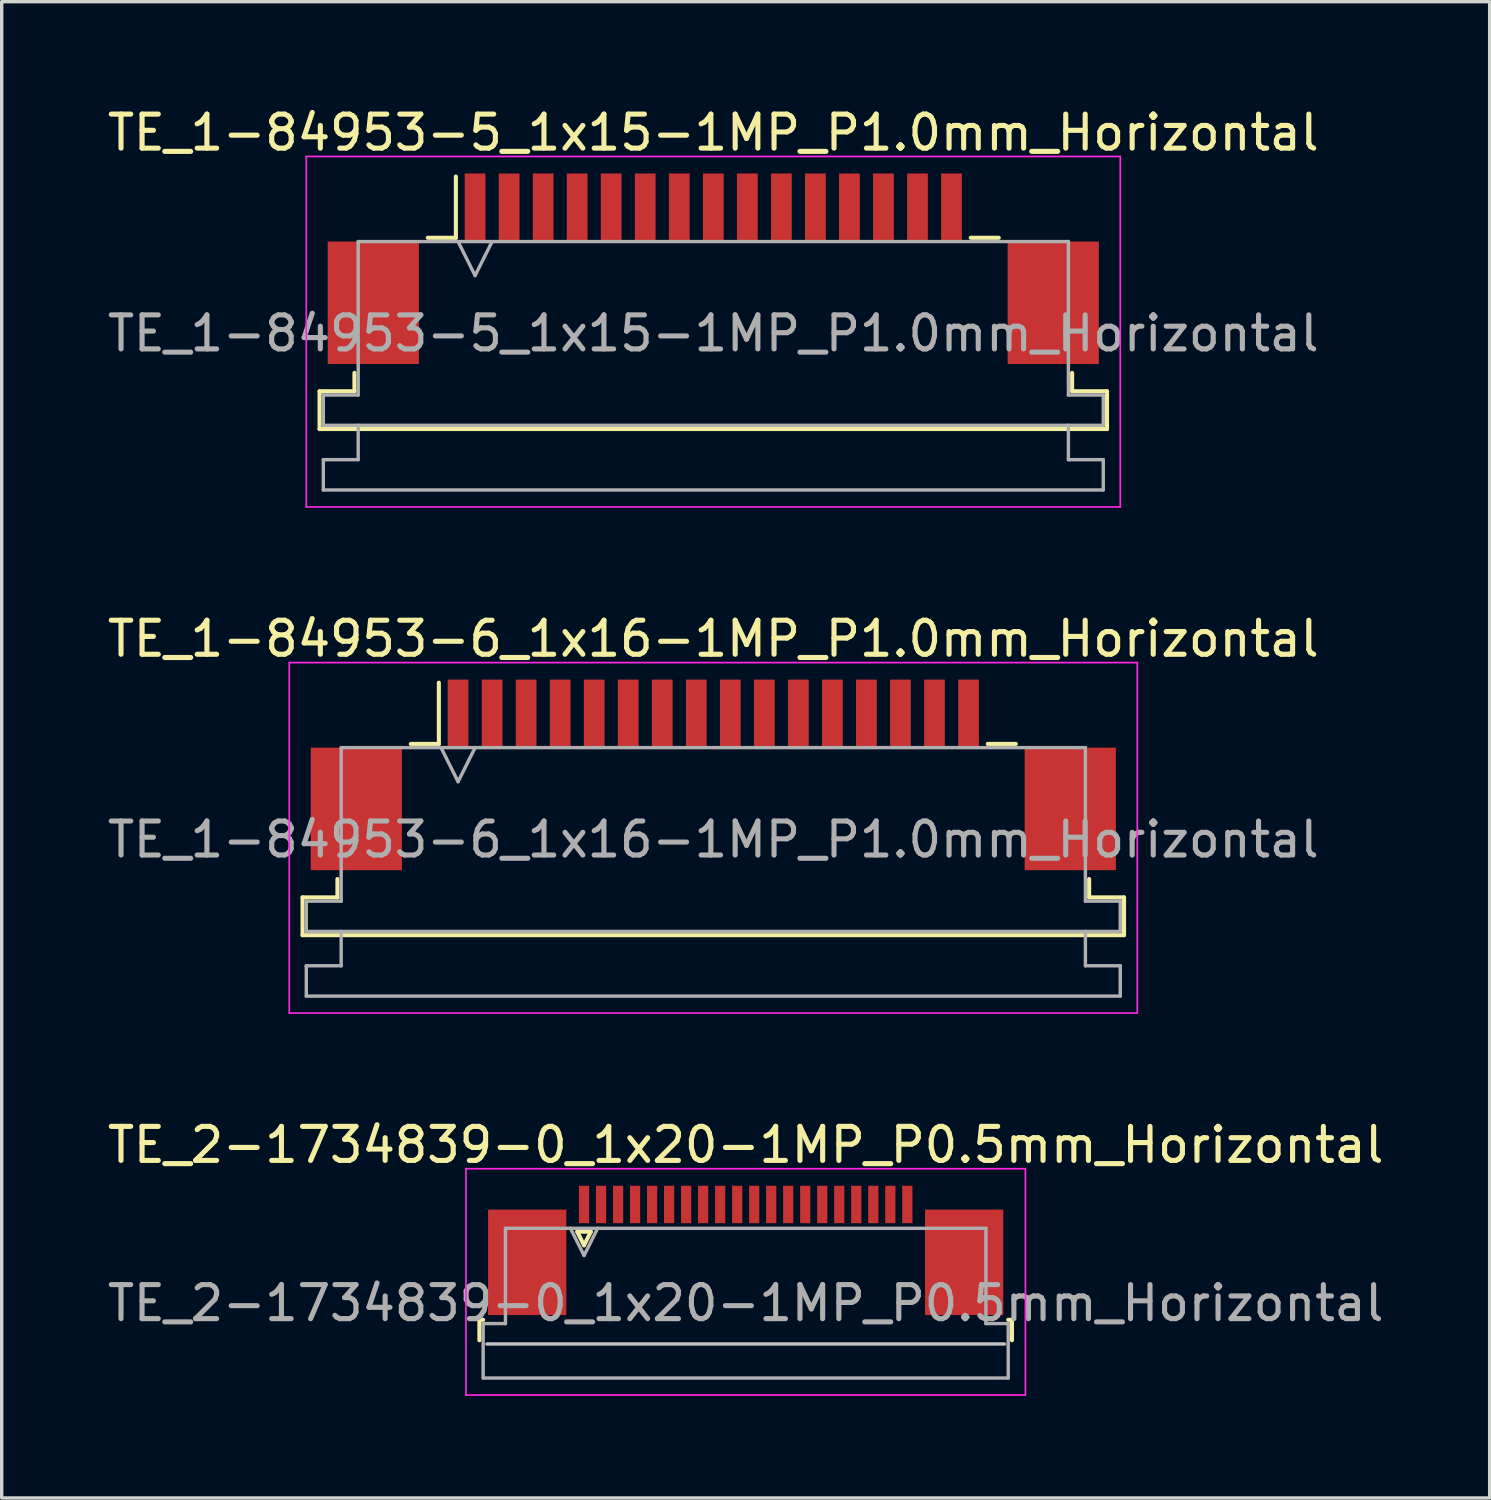
<source format=kicad_pcb>
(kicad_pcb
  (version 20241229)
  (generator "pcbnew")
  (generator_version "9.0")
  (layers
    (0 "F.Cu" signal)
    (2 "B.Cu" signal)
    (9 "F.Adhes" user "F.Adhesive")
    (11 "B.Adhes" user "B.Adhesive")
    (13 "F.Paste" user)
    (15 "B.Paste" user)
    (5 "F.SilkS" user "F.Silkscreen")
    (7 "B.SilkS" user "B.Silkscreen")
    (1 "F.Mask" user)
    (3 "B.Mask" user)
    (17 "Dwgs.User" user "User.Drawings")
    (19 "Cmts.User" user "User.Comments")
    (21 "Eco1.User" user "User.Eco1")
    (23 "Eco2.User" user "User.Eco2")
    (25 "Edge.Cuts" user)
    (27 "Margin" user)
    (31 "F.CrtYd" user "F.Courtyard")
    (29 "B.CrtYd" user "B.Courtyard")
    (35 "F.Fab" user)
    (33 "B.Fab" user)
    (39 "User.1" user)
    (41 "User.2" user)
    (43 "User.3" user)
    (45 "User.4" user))
  (footprint "TE_1-84953-5_1x15-1MP_P1.0mm_Horizontal"
    (layer "F.Cu")
    (at 17.911 4.848)
    (property "Reference" "TE_1-84953-5_1x15-1MP_P1.0mm_Horizontal" (at 0 -4 0) (layer "F.SilkS") (effects (font (size 1 1) (thickness 0.15))))
    (attr smd)
    (fp_line (start -11.57 3.6) (end -10.545 3.6) (stroke (width 0.12) (type solid)) (layer "F.SilkS"))
    (fp_line (start -11.57 4.71) (end -11.57 3.6) (stroke (width 0.12) (type solid)) (layer "F.SilkS"))
    (fp_line (start -10.545 3.6) (end -10.545 3.06) (stroke (width 0.12) (type solid)) (layer "F.SilkS"))
    (fp_line (start -8.39 -0.91) (end -7.565 -0.91) (stroke (width 0.12) (type solid)) (layer "F.SilkS"))
    (fp_line (start -7.565 -0.91) (end -7.565 -2.71) (stroke (width 0.12) (type solid)) (layer "F.SilkS"))
    (fp_line (start 7.565 -0.91) (end 8.39 -0.91) (stroke (width 0.12) (type solid)) (layer "F.SilkS"))
    (fp_line (start 10.545 3.06) (end 10.545 3.6) (stroke (width 0.12) (type solid)) (layer "F.SilkS"))
    (fp_line (start 10.545 3.6) (end 11.57 3.6) (stroke (width 0.12) (type solid)) (layer "F.SilkS"))
    (fp_line (start 11.57 3.6) (end 11.57 4.71) (stroke (width 0.12) (type solid)) (layer "F.SilkS"))
    (fp_line (start 11.57 4.71) (end -11.57 4.71) (stroke (width 0.12) (type solid)) (layer "F.SilkS"))
    (fp_line (start -11.96 -3.3) (end -11.96 7) (stroke (width 0.05) (type solid)) (layer "F.CrtYd"))
    (fp_line (start -11.96 7) (end 11.96 7) (stroke (width 0.05) (type solid)) (layer "F.CrtYd"))
    (fp_line (start 11.96 -3.3) (end -11.96 -3.3) (stroke (width 0.05) (type solid)) (layer "F.CrtYd"))
    (fp_line (start 11.96 7) (end 11.96 -3.3) (stroke (width 0.05) (type solid)) (layer "F.CrtYd"))
    (fp_line (start -11.46 3.71) (end -10.435 3.71) (stroke (width 0.1) (type solid)) (layer "F.Fab"))
    (fp_line (start -11.46 4.6) (end -11.46 3.71) (stroke (width 0.1) (type solid)) (layer "F.Fab"))
    (fp_line (start -11.46 5.61) (end -10.435 5.61) (stroke (width 0.1) (type solid)) (layer "F.Fab"))
    (fp_line (start -11.46 6.5) (end -11.46 5.61) (stroke (width 0.1) (type solid)) (layer "F.Fab"))
    (fp_line (start -10.435 -0.8) (end 10.435 -0.8) (stroke (width 0.1) (type solid)) (layer "F.Fab"))
    (fp_line (start -10.435 3.71) (end -10.435 -0.8) (stroke (width 0.1) (type solid)) (layer "F.Fab"))
    (fp_line (start -10.435 5.61) (end -10.435 4.6) (stroke (width 0.1) (type solid)) (layer "F.Fab"))
    (fp_line (start -7.5 -0.8) (end -7 0.2) (stroke (width 0.1) (type solid)) (layer "F.Fab"))
    (fp_line (start -7 0.2) (end -6.5 -0.8) (stroke (width 0.1) (type solid)) (layer "F.Fab"))
    (fp_line (start 10.435 -0.8) (end 10.435 3.71) (stroke (width 0.1) (type solid)) (layer "F.Fab"))
    (fp_line (start 10.435 3.71) (end 11.46 3.71) (stroke (width 0.1) (type solid)) (layer "F.Fab"))
    (fp_line (start 10.435 4.6) (end 10.435 5.61) (stroke (width 0.1) (type solid)) (layer "F.Fab"))
    (fp_line (start 10.435 5.61) (end 11.46 5.61) (stroke (width 0.1) (type solid)) (layer "F.Fab"))
    (fp_line (start 11.46 3.71) (end 11.46 4.6) (stroke (width 0.1) (type solid)) (layer "F.Fab"))
    (fp_line (start 11.46 4.6) (end -11.46 4.6) (stroke (width 0.1) (type solid)) (layer "F.Fab"))
    (fp_line (start 11.46 5.61) (end 11.46 6.5) (stroke (width 0.1) (type solid)) (layer "F.Fab"))
    (fp_line (start 11.46 6.5) (end -11.46 6.5) (stroke (width 0.1) (type solid)) (layer "F.Fab"))
    (fp_text user "${REFERENCE}" (at 0 1.9 0) (layer "F.Fab") (effects (font (size 1 1) (thickness 0.15))))
    (pad "1" smd rect (at -7 -1.8) (size 0.61 2) (layers "F.Cu" "F.Mask" "F.Paste"))
    (pad "2" smd rect (at -6 -1.8) (size 0.61 2) (layers "F.Cu" "F.Mask" "F.Paste"))
    (pad "3" smd rect (at -5 -1.8) (size 0.61 2) (layers "F.Cu" "F.Mask" "F.Paste"))
    (pad "4" smd rect (at -4 -1.8) (size 0.61 2) (layers "F.Cu" "F.Mask" "F.Paste"))
    (pad "5" smd rect (at -3 -1.8) (size 0.61 2) (layers "F.Cu" "F.Mask" "F.Paste"))
    (pad "6" smd rect (at -2 -1.8) (size 0.61 2) (layers "F.Cu" "F.Mask" "F.Paste"))
    (pad "7" smd rect (at -1 -1.8) (size 0.61 2) (layers "F.Cu" "F.Mask" "F.Paste"))
    (pad "8" smd rect (at 0 -1.8) (size 0.61 2) (layers "F.Cu" "F.Mask" "F.Paste"))
    (pad "9" smd rect (at 1 -1.8) (size 0.61 2) (layers "F.Cu" "F.Mask" "F.Paste"))
    (pad "10" smd rect (at 2 -1.8) (size 0.61 2) (layers "F.Cu" "F.Mask" "F.Paste"))
    (pad "11" smd rect (at 3 -1.8) (size 0.61 2) (layers "F.Cu" "F.Mask" "F.Paste"))
    (pad "12" smd rect (at 4 -1.8) (size 0.61 2) (layers "F.Cu" "F.Mask" "F.Paste"))
    (pad "13" smd rect (at 5 -1.8) (size 0.61 2) (layers "F.Cu" "F.Mask" "F.Paste"))
    (pad "14" smd rect (at 6 -1.8) (size 0.61 2) (layers "F.Cu" "F.Mask" "F.Paste"))
    (pad "15" smd rect (at 7 -1.8) (size 0.61 2) (layers "F.Cu" "F.Mask" "F.Paste"))
    (pad "MP" smd rect (at -9.99 1) (size 2.68 3.6) (layers "F.Cu" "F.Mask" "F.Paste"))
    (pad "MP" smd rect (at 9.99 1) (size 2.68 3.6) (layers "F.Cu" "F.Mask" "F.Paste")))
  (footprint "TE_2-1734839-0_1x20-1MP_P0.5mm_Horizontal"
    (layer "F.Cu")
    (at 18.863 33.695)
    (property "Reference" "TE_2-1734839-0_1x20-1MP_P0.5mm_Horizontal" (at 0 -3.1 0) (layer "F.SilkS") (effects (font (size 1 1) (thickness 0.15))))
    (attr smd)
    (fp_line (start -7.825 2.04) (end -7.825 2.64) (stroke (width 0.12) (type solid)) (layer "F.SilkS"))
    (fp_line (start -7.715 2.04) (end -7.825 2.04) (stroke (width 0.12) (type solid)) (layer "F.SilkS"))
    (fp_line (start -4.95 -0.55) (end -4.75 -0.15) (stroke (width 0.12) (type solid)) (layer "F.SilkS"))
    (fp_line (start -4.75 -0.15) (end -4.55 -0.55) (stroke (width 0.12) (type solid)) (layer "F.SilkS"))
    (fp_line (start -4.55 -0.55) (end -4.95 -0.55) (stroke (width 0.12) (type solid)) (layer "F.SilkS"))
    (fp_line (start 7.715 2.04) (end 7.825 2.04) (stroke (width 0.12) (type solid)) (layer "F.SilkS"))
    (fp_line (start 7.825 2.04) (end 7.825 2.64) (stroke (width 0.12) (type solid)) (layer "F.SilkS"))
    (fp_line (start 7.605 2.75) (end -7.605 2.75) (stroke (width 0.1) (type solid)) (layer "Dwgs.User"))
    (fp_line (start -8.22 -2.4) (end -8.22 4.25) (stroke (width 0.05) (type solid)) (layer "F.CrtYd"))
    (fp_line (start -8.22 4.25) (end 8.22 4.25) (stroke (width 0.05) (type solid)) (layer "F.CrtYd"))
    (fp_line (start 8.22 -2.4) (end -8.22 -2.4) (stroke (width 0.05) (type solid)) (layer "F.CrtYd"))
    (fp_line (start 8.22 4.25) (end 8.22 -2.4) (stroke (width 0.05) (type solid)) (layer "F.CrtYd"))
    (fp_line (start -7.715 2.15) (end -7.06 2.15) (stroke (width 0.1) (type solid)) (layer "F.Fab"))
    (fp_line (start -7.715 3.75) (end -7.715 2.15) (stroke (width 0.1) (type solid)) (layer "F.Fab"))
    (fp_line (start -7.06 -0.65) (end 7.06 -0.65) (stroke (width 0.1) (type solid)) (layer "F.Fab"))
    (fp_line (start -7.06 2.15) (end -7.06 -0.65) (stroke (width 0.1) (type solid)) (layer "F.Fab"))
    (fp_line (start -5.15 -0.65) (end -4.75 0.15) (stroke (width 0.1) (type solid)) (layer "F.Fab"))
    (fp_line (start -4.75 0.15) (end -4.35 -0.65) (stroke (width 0.1) (type solid)) (layer "F.Fab"))
    (fp_line (start 7.06 -0.65) (end 7.06 2.15) (stroke (width 0.1) (type solid)) (layer "F.Fab"))
    (fp_line (start 7.06 2.15) (end 7.715 2.15) (stroke (width 0.1) (type solid)) (layer "F.Fab"))
    (fp_line (start 7.715 2.15) (end 7.715 3.75) (stroke (width 0.1) (type solid)) (layer "F.Fab"))
    (fp_line (start 7.715 3.75) (end -7.715 3.75) (stroke (width 0.1) (type solid)) (layer "F.Fab"))
    (fp_text user "${REFERENCE}" (at 0 1.55 0) (layer "F.Fab") (effects (font (size 1 1) (thickness 0.15))))
    (pad "1" smd rect (at -4.75 -1.35) (size 0.3 1.1) (layers "F.Cu" "F.Mask" "F.Paste"))
    (pad "2" smd rect (at -4.25 -1.35) (size 0.3 1.1) (layers "F.Cu" "F.Mask" "F.Paste"))
    (pad "3" smd rect (at -3.75 -1.35) (size 0.3 1.1) (layers "F.Cu" "F.Mask" "F.Paste"))
    (pad "4" smd rect (at -3.25 -1.35) (size 0.3 1.1) (layers "F.Cu" "F.Mask" "F.Paste"))
    (pad "5" smd rect (at -2.75 -1.35) (size 0.3 1.1) (layers "F.Cu" "F.Mask" "F.Paste"))
    (pad "6" smd rect (at -2.25 -1.35) (size 0.3 1.1) (layers "F.Cu" "F.Mask" "F.Paste"))
    (pad "7" smd rect (at -1.75 -1.35) (size 0.3 1.1) (layers "F.Cu" "F.Mask" "F.Paste"))
    (pad "8" smd rect (at -1.25 -1.35) (size 0.3 1.1) (layers "F.Cu" "F.Mask" "F.Paste"))
    (pad "9" smd rect (at -0.75 -1.35) (size 0.3 1.1) (layers "F.Cu" "F.Mask" "F.Paste"))
    (pad "10" smd rect (at -0.25 -1.35) (size 0.3 1.1) (layers "F.Cu" "F.Mask" "F.Paste"))
    (pad "11" smd rect (at 0.25 -1.35) (size 0.3 1.1) (layers "F.Cu" "F.Mask" "F.Paste"))
    (pad "12" smd rect (at 0.75 -1.35) (size 0.3 1.1) (layers "F.Cu" "F.Mask" "F.Paste"))
    (pad "13" smd rect (at 1.25 -1.35) (size 0.3 1.1) (layers "F.Cu" "F.Mask" "F.Paste"))
    (pad "14" smd rect (at 1.75 -1.35) (size 0.3 1.1) (layers "F.Cu" "F.Mask" "F.Paste"))
    (pad "15" smd rect (at 2.25 -1.35) (size 0.3 1.1) (layers "F.Cu" "F.Mask" "F.Paste"))
    (pad "16" smd rect (at 2.75 -1.35) (size 0.3 1.1) (layers "F.Cu" "F.Mask" "F.Paste"))
    (pad "17" smd rect (at 3.25 -1.35) (size 0.3 1.1) (layers "F.Cu" "F.Mask" "F.Paste"))
    (pad "18" smd rect (at 3.75 -1.35) (size 0.3 1.1) (layers "F.Cu" "F.Mask" "F.Paste"))
    (pad "19" smd rect (at 4.25 -1.35) (size 0.3 1.1) (layers "F.Cu" "F.Mask" "F.Paste"))
    (pad "20" smd rect (at 4.75 -1.35) (size 0.3 1.1) (layers "F.Cu" "F.Mask" "F.Paste"))
    (pad "MP" smd rect (at -6.42 0.35) (size 2.3 3.1) (layers "F.Cu" "F.Mask" "F.Paste"))
    (pad "MP" smd rect (at 6.42 0.35) (size 2.3 3.1) (layers "F.Cu" "F.Mask" "F.Paste")))
  (footprint "TE_1-84953-6_1x16-1MP_P1.0mm_Horizontal"
    (layer "F.Cu")
    (at 17.911 19.721)
    (property "Reference" "TE_1-84953-6_1x16-1MP_P1.0mm_Horizontal" (at 0 -4 0) (layer "F.SilkS") (effects (font (size 1 1) (thickness 0.15))))
    (attr smd)
    (fp_line (start -12.07 3.6) (end -11.045 3.6) (stroke (width 0.12) (type solid)) (layer "F.SilkS"))
    (fp_line (start -12.07 4.71) (end -12.07 3.6) (stroke (width 0.12) (type solid)) (layer "F.SilkS"))
    (fp_line (start -11.045 3.6) (end -11.045 3.06) (stroke (width 0.12) (type solid)) (layer "F.SilkS"))
    (fp_line (start -8.89 -0.91) (end -8.065 -0.91) (stroke (width 0.12) (type solid)) (layer "F.SilkS"))
    (fp_line (start -8.065 -0.91) (end -8.065 -2.71) (stroke (width 0.12) (type solid)) (layer "F.SilkS"))
    (fp_line (start 8.065 -0.91) (end 8.89 -0.91) (stroke (width 0.12) (type solid)) (layer "F.SilkS"))
    (fp_line (start 11.045 3.06) (end 11.045 3.6) (stroke (width 0.12) (type solid)) (layer "F.SilkS"))
    (fp_line (start 11.045 3.6) (end 12.07 3.6) (stroke (width 0.12) (type solid)) (layer "F.SilkS"))
    (fp_line (start 12.07 3.6) (end 12.07 4.71) (stroke (width 0.12) (type solid)) (layer "F.SilkS"))
    (fp_line (start 12.07 4.71) (end -12.07 4.71) (stroke (width 0.12) (type solid)) (layer "F.SilkS"))
    (fp_line (start -12.46 -3.3) (end -12.46 7) (stroke (width 0.05) (type solid)) (layer "F.CrtYd"))
    (fp_line (start -12.46 7) (end 12.46 7) (stroke (width 0.05) (type solid)) (layer "F.CrtYd"))
    (fp_line (start 12.46 -3.3) (end -12.46 -3.3) (stroke (width 0.05) (type solid)) (layer "F.CrtYd"))
    (fp_line (start 12.46 7) (end 12.46 -3.3) (stroke (width 0.05) (type solid)) (layer "F.CrtYd"))
    (fp_line (start -11.96 3.71) (end -10.935 3.71) (stroke (width 0.1) (type solid)) (layer "F.Fab"))
    (fp_line (start -11.96 4.6) (end -11.96 3.71) (stroke (width 0.1) (type solid)) (layer "F.Fab"))
    (fp_line (start -11.96 5.61) (end -10.935 5.61) (stroke (width 0.1) (type solid)) (layer "F.Fab"))
    (fp_line (start -11.96 6.5) (end -11.96 5.61) (stroke (width 0.1) (type solid)) (layer "F.Fab"))
    (fp_line (start -10.935 -0.8) (end 10.935 -0.8) (stroke (width 0.1) (type solid)) (layer "F.Fab"))
    (fp_line (start -10.935 3.71) (end -10.935 -0.8) (stroke (width 0.1) (type solid)) (layer "F.Fab"))
    (fp_line (start -10.935 5.61) (end -10.935 4.6) (stroke (width 0.1) (type solid)) (layer "F.Fab"))
    (fp_line (start -8 -0.8) (end -7.5 0.2) (stroke (width 0.1) (type solid)) (layer "F.Fab"))
    (fp_line (start -7.5 0.2) (end -7 -0.8) (stroke (width 0.1) (type solid)) (layer "F.Fab"))
    (fp_line (start 10.935 -0.8) (end 10.935 3.71) (stroke (width 0.1) (type solid)) (layer "F.Fab"))
    (fp_line (start 10.935 3.71) (end 11.96 3.71) (stroke (width 0.1) (type solid)) (layer "F.Fab"))
    (fp_line (start 10.935 4.6) (end 10.935 5.61) (stroke (width 0.1) (type solid)) (layer "F.Fab"))
    (fp_line (start 10.935 5.61) (end 11.96 5.61) (stroke (width 0.1) (type solid)) (layer "F.Fab"))
    (fp_line (start 11.96 3.71) (end 11.96 4.6) (stroke (width 0.1) (type solid)) (layer "F.Fab"))
    (fp_line (start 11.96 4.6) (end -11.96 4.6) (stroke (width 0.1) (type solid)) (layer "F.Fab"))
    (fp_line (start 11.96 5.61) (end 11.96 6.5) (stroke (width 0.1) (type solid)) (layer "F.Fab"))
    (fp_line (start 11.96 6.5) (end -11.96 6.5) (stroke (width 0.1) (type solid)) (layer "F.Fab"))
    (fp_text user "${REFERENCE}" (at 0 1.9 0) (layer "F.Fab") (effects (font (size 1 1) (thickness 0.15))))
    (pad "1" smd rect (at -7.5 -1.8) (size 0.61 2) (layers "F.Cu" "F.Mask" "F.Paste"))
    (pad "2" smd rect (at -6.5 -1.8) (size 0.61 2) (layers "F.Cu" "F.Mask" "F.Paste"))
    (pad "3" smd rect (at -5.5 -1.8) (size 0.61 2) (layers "F.Cu" "F.Mask" "F.Paste"))
    (pad "4" smd rect (at -4.5 -1.8) (size 0.61 2) (layers "F.Cu" "F.Mask" "F.Paste"))
    (pad "5" smd rect (at -3.5 -1.8) (size 0.61 2) (layers "F.Cu" "F.Mask" "F.Paste"))
    (pad "6" smd rect (at -2.5 -1.8) (size 0.61 2) (layers "F.Cu" "F.Mask" "F.Paste"))
    (pad "7" smd rect (at -1.5 -1.8) (size 0.61 2) (layers "F.Cu" "F.Mask" "F.Paste"))
    (pad "8" smd rect (at -0.5 -1.8) (size 0.61 2) (layers "F.Cu" "F.Mask" "F.Paste"))
    (pad "9" smd rect (at 0.5 -1.8) (size 0.61 2) (layers "F.Cu" "F.Mask" "F.Paste"))
    (pad "10" smd rect (at 1.5 -1.8) (size 0.61 2) (layers "F.Cu" "F.Mask" "F.Paste"))
    (pad "11" smd rect (at 2.5 -1.8) (size 0.61 2) (layers "F.Cu" "F.Mask" "F.Paste"))
    (pad "12" smd rect (at 3.5 -1.8) (size 0.61 2) (layers "F.Cu" "F.Mask" "F.Paste"))
    (pad "13" smd rect (at 4.5 -1.8) (size 0.61 2) (layers "F.Cu" "F.Mask" "F.Paste"))
    (pad "14" smd rect (at 5.5 -1.8) (size 0.61 2) (layers "F.Cu" "F.Mask" "F.Paste"))
    (pad "15" smd rect (at 6.5 -1.8) (size 0.61 2) (layers "F.Cu" "F.Mask" "F.Paste"))
    (pad "16" smd rect (at 7.5 -1.8) (size 0.61 2) (layers "F.Cu" "F.Mask" "F.Paste"))
    (pad "MP" smd rect (at -10.49 1) (size 2.68 3.6) (layers "F.Cu" "F.Mask" "F.Paste"))
    (pad "MP" smd rect (at 10.49 1) (size 2.68 3.6) (layers "F.Cu" "F.Mask" "F.Paste")))
  (gr_rect
    (start -3 -3)
    (end 40.726 40.97)
    (stroke (width 0.1) (type default))
    (fill no)
    (layer "Edge.Cuts")))
</source>
